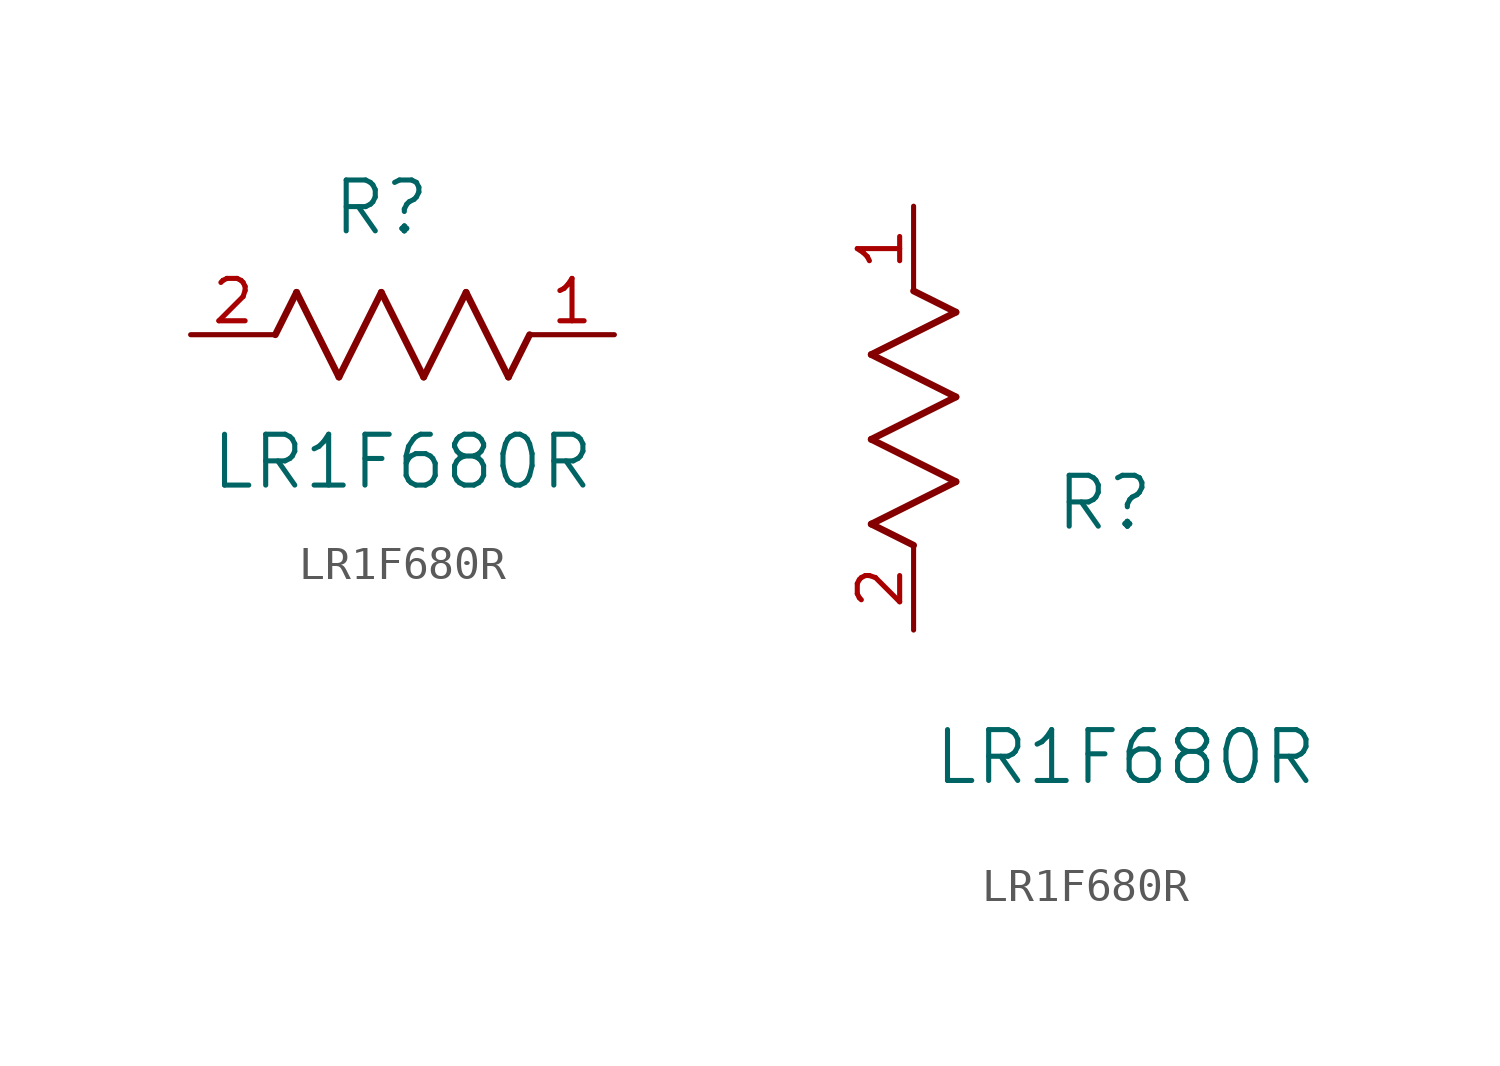
<source format=kicad_sym>
(kicad_symbol_lib
  (version 20211014)
  (generator kicad_symbol_editor)
  (symbol "LR1F680R"
    (pin_names
      (offset 0.254))
    (property "Reference" "R"
      (at 5.715 3.81 0)
      (effects (font (size 1.524 1.524))))
    (property "Value" "LR1F680R"
      (at 6.35 -3.81 0)
      (effects (font (size 1.524 1.524))))
    (symbol "LR1F680R_1_1"
      (polyline (pts (xy 3.175 1.27) (xy 4.445 -1.27)) (stroke (width 0.203) (type default) (color 0 0 0 0)) (fill (type none)))
      (polyline (pts (xy 4.445 -1.27) (xy 5.715 1.27)) (stroke (width 0.203) (type default) (color 0 0 0 0)) (fill (type none)))
      (polyline (pts (xy 5.715 1.27) (xy 6.985 -1.27)) (stroke (width 0.203) (type default) (color 0 0 0 0)) (fill (type none)))
      (polyline (pts (xy 6.985 -1.27) (xy 8.255 1.27)) (stroke (width 0.203) (type default) (color 0 0 0 0)) (fill (type none)))
      (polyline (pts (xy 8.255 1.27) (xy 9.525 -1.27)) (stroke (width 0.203) (type default) (color 0 0 0 0)) (fill (type none)))
      (polyline (pts (xy 2.54 0) (xy 3.175 1.27)) (stroke (width 0.203) (type default) (color 0 0 0 0)) (fill (type none)))
      (polyline (pts (xy 9.525 -1.27) (xy 10.16 0)) (stroke (width 0.203) (type default) (color 0 0 0 0)) (fill (type none)))
      (pin unspecified line (at 0 0 0) (length 2.54) (name "" (effects (font (size 1.27 1.27)))) (number "2" (effects (font (size 1.27 1.27)))))
      (pin unspecified line (at 12.7 0 180) (length 2.54) (name "" (effects (font (size 1.27 1.27)))) (number "1" (effects (font (size 1.27 1.27))))))
    (symbol "LR1F680R_1_2"
      (polyline (pts (xy 0 2.54) (xy -1.27 3.175)) (stroke (width 0.203) (type default) (color 0 0 0 0)) (fill (type none)))
      (polyline (pts (xy -1.27 3.175) (xy 1.27 4.445)) (stroke (width 0.203) (type default) (color 0 0 0 0)) (fill (type none)))
      (polyline (pts (xy 1.27 4.445) (xy -1.27 5.715)) (stroke (width 0.203) (type default) (color 0 0 0 0)) (fill (type none)))
      (polyline (pts (xy -1.27 5.715) (xy 1.27 6.985)) (stroke (width 0.203) (type default) (color 0 0 0 0)) (fill (type none)))
      (polyline (pts (xy -1.27 8.255) (xy 1.27 9.525)) (stroke (width 0.203) (type default) (color 0 0 0 0)) (fill (type none)))
      (polyline (pts (xy 1.27 9.525) (xy 0 10.16)) (stroke (width 0.203) (type default) (color 0 0 0 0)) (fill (type none)))
      (polyline (pts (xy 1.27 6.985) (xy -1.27 8.255)) (stroke (width 0.203) (type default) (color 0 0 0 0)) (fill (type none)))
      (pin unspecified line (at 0 0 90) (length 2.54) (name "" (effects (font (size 1.27 1.27)))) (number "2" (effects (font (size 1.27 1.27)))))
      (pin unspecified line (at 0 12.7 270) (length 2.54) (name "" (effects (font (size 1.27 1.27)))) (number "1" (effects (font (size 1.27 1.27))))))))
</source>
